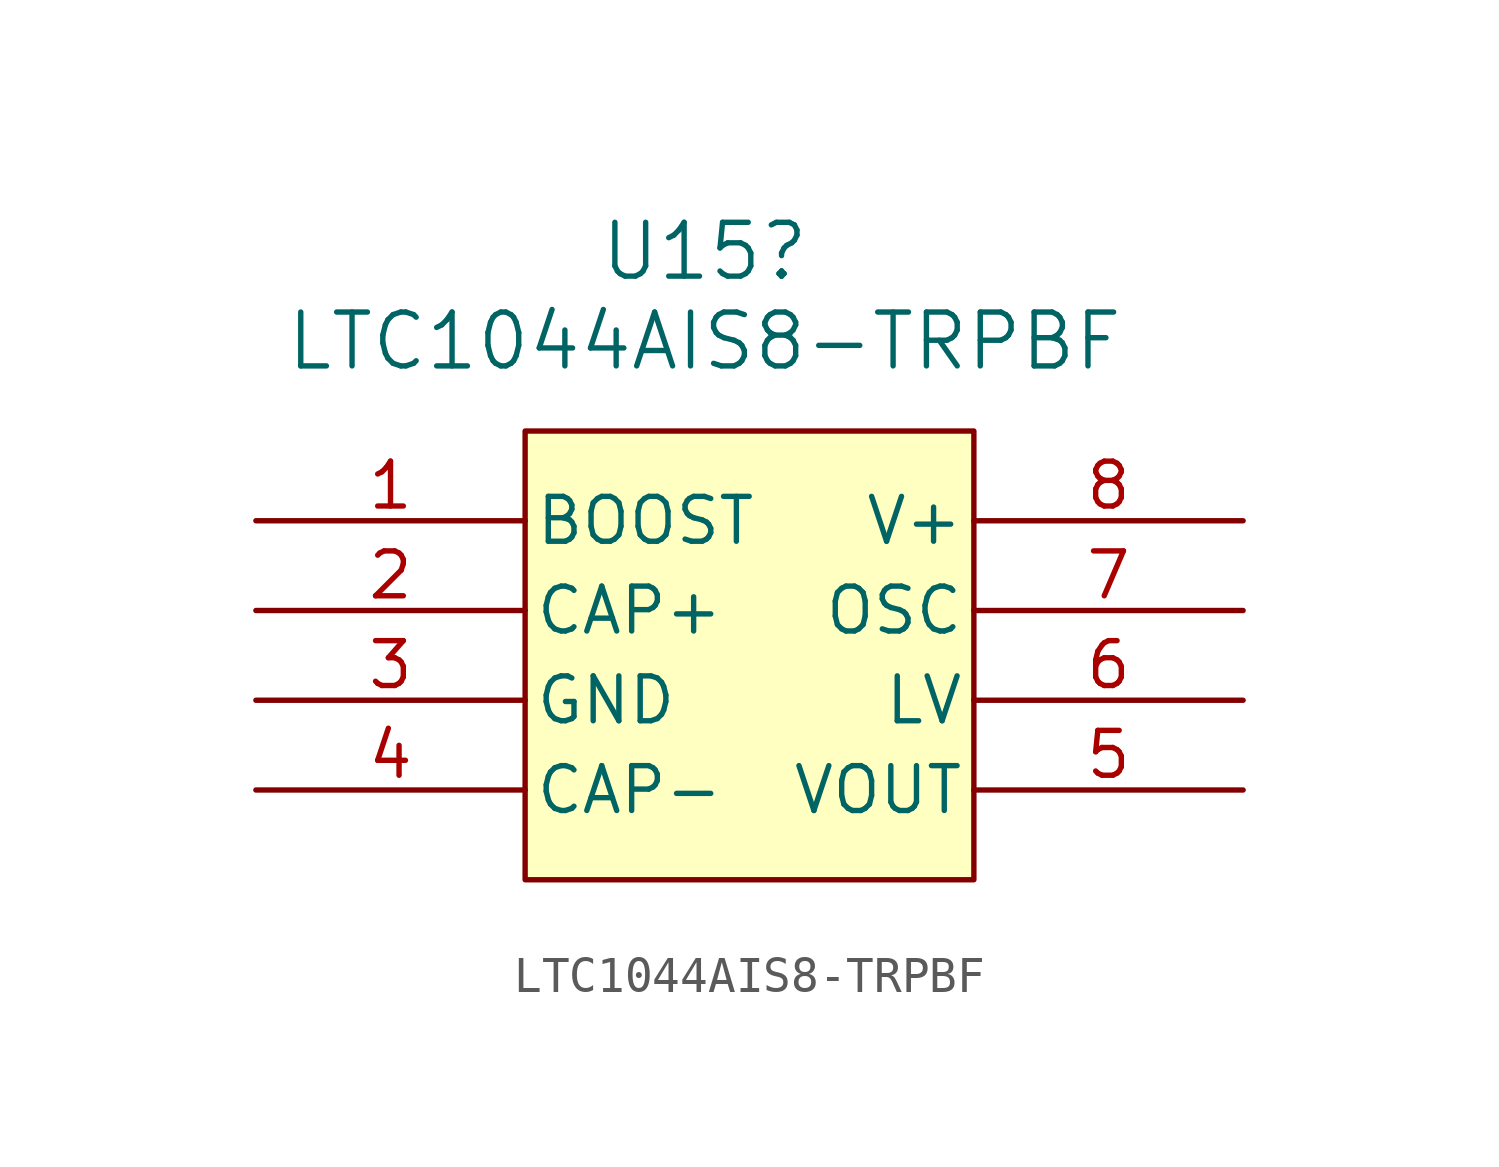
<source format=kicad_sym>
(kicad_symbol_lib
  (version 20220914)
  (generator kicad_symbol_editor)
  (symbol "LTC1044AIS8-TRPBF"
    (pin_names
      (offset 0.254))
    (property "Reference" "U15"
      (at -2.54 10.16 0)
      (effects (font (size 1.524 1.524))))
    (property "Value" "LTC1044AIS8-TRPBF"
      (at -2.54 7.62 0)
      (effects (font (size 1.524 1.524))))
    (property "ki_locked" ""
      (at 0 0 0)
      (effects (font (size 1.27 1.27))))
    (symbol "LTC1044AIS8-TRPBF_0_1"
      (pin input line (at -15.24 2.54 0) (length 7.62) (name "BOOST" (effects (font (size 1.27 1.27)))) (number "1" (effects (font (size 1.27 1.27)))))
      (pin input line (at -15.24 0 0) (length 7.62) (name "CAP+" (effects (font (size 1.27 1.27)))) (number "2" (effects (font (size 1.27 1.27)))))
      (pin power_in line (at -15.24 -2.54 0) (length 7.62) (name "GND" (effects (font (size 1.27 1.27)))) (number "3" (effects (font (size 1.27 1.27)))))
      (pin input line (at -15.24 -5.08 0) (length 7.62) (name "CAP-" (effects (font (size 1.27 1.27)))) (number "4" (effects (font (size 1.27 1.27)))))
      (pin output line (at 12.7 -5.08 180) (length 7.62) (name "VOUT" (effects (font (size 1.27 1.27)))) (number "5" (effects (font (size 1.27 1.27)))))
      (pin input line (at 12.7 -2.54 180) (length 7.62) (name "LV" (effects (font (size 1.27 1.27)))) (number "6" (effects (font (size 1.27 1.27)))))
      (pin input line (at 12.7 0 180) (length 7.62) (name "OSC" (effects (font (size 1.27 1.27)))) (number "7" (effects (font (size 1.27 1.27)))))
      (pin power_in line (at 12.7 2.54 180) (length 7.62) (name "V+" (effects (font (size 1.27 1.27)))) (number "8" (effects (font (size 1.27 1.27))))))
    (symbol "LTC1044AIS8-TRPBF_1_1"
      (rectangle (start -7.62 5.08) (end 5.08 -7.62) (stroke (width 0) (type default)) (fill (type background))))))
</source>
